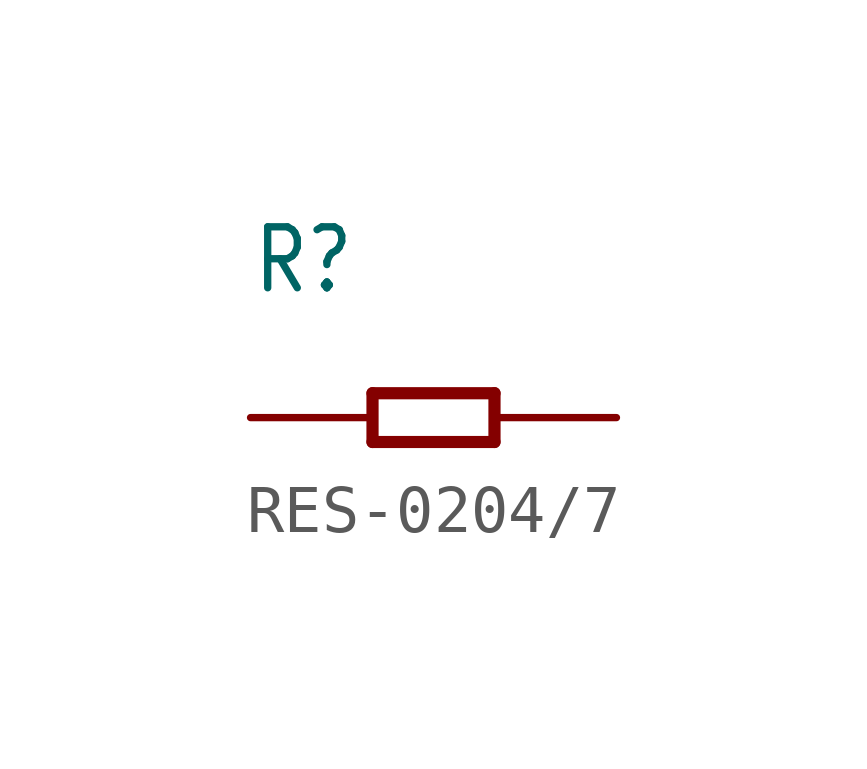
<source format=kicad_sym>
(kicad_symbol_lib
  (version 20220914)
  (generator kicad_symbol_editor)
  (symbol "RES-0204/7"
    (property "Reference" "R"
      (at -3.81 2.54 0)
      (effects (font (size 1.27 1.079)) (justify left bottom)))
    (property "Value" ""
      (at -3.81 1.27 0)
      (effects (font (size 1.27 1.079)) (justify left bottom)))
    (property "ki_locked" ""
      (at 0 0 0)
      (effects (font (size 1.27 1.27))))
    (symbol "RES-0204/7_1_0"
      (polyline (pts (xy -1.27 -0.508) (xy -1.27 0.508)) (stroke (width 0.254) (type solid)) (fill (type none)))
      (polyline (pts (xy -1.27 0.508) (xy 1.27 0.508)) (stroke (width 0.254) (type solid)) (fill (type none)))
      (polyline (pts (xy 1.27 -0.508) (xy -1.27 -0.508)) (stroke (width 0.254) (type solid)) (fill (type none)))
      (polyline (pts (xy 1.27 0.508) (xy 1.27 -0.508)) (stroke (width 0.254) (type solid)) (fill (type none)))
      (pin passive line (at -3.81 0 0) (length 2.54) (name "1" (effects (font (size 0 0)))) (number "1" (effects (font (size 0 0)))))
      (pin passive line (at 3.81 0 180) (length 2.54) (name "2" (effects (font (size 0 0)))) (number "2" (effects (font (size 0 0))))))))
</source>
